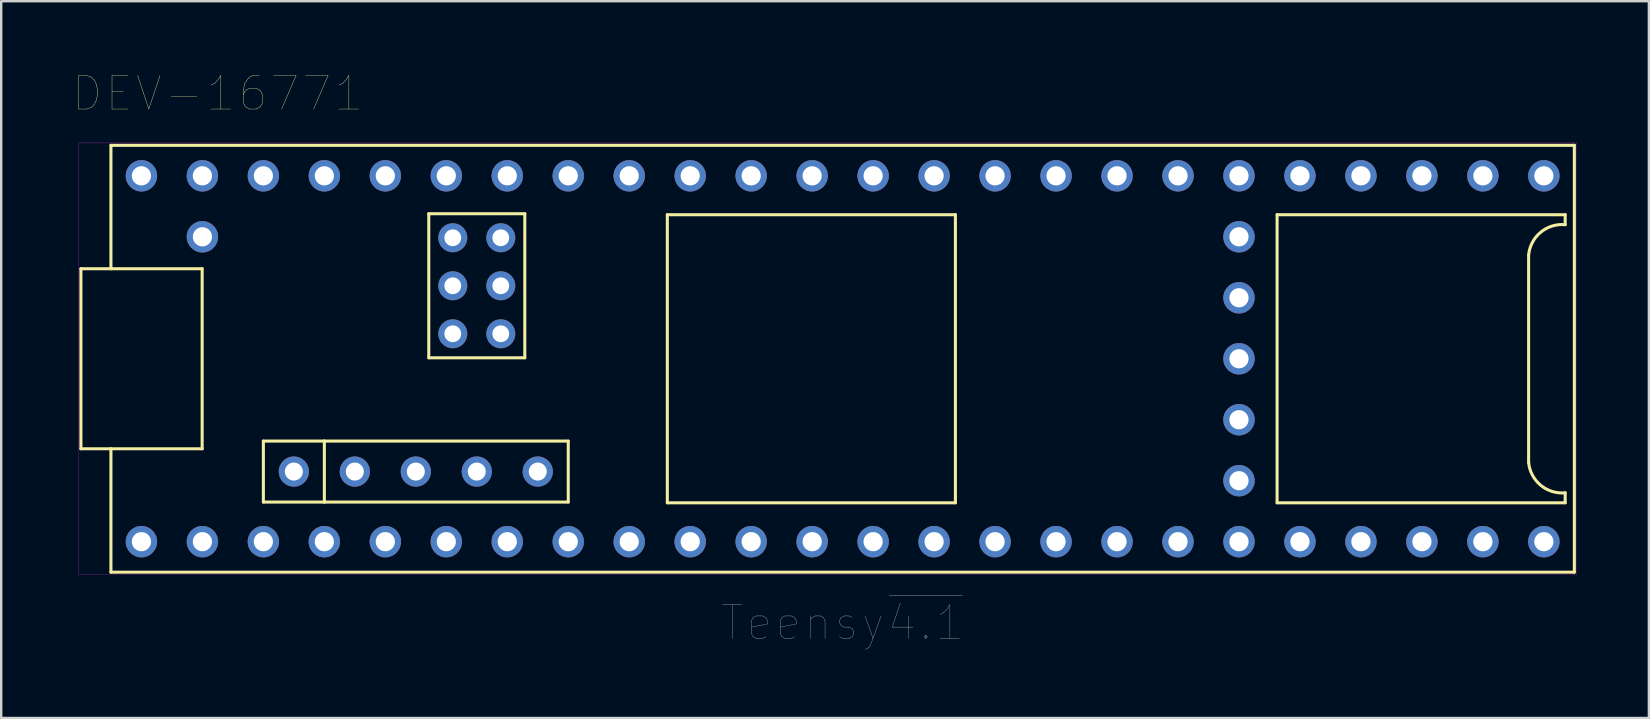
<source format=kicad_pcb>
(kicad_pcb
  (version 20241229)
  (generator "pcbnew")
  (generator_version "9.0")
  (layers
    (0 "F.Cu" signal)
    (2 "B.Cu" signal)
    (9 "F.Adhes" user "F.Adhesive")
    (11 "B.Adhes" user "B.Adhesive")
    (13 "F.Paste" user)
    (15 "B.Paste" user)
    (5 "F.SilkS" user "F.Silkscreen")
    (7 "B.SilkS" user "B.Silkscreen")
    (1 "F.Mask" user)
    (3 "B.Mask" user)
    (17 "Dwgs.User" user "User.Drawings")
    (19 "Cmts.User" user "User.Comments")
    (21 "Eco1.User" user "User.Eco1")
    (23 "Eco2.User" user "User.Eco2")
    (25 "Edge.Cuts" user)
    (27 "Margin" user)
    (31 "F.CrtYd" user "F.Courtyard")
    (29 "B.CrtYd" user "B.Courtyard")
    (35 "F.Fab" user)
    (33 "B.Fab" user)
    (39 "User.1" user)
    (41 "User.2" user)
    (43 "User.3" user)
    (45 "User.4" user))
  (footprint "DEV-16771"
    (layer "F.Cu")
    (at 32.051 11.894)
    (property "Reference" "DEV-16771" (at -26.035 -11.049 0) (layer "F.SilkS") (effects (font (size 1.4 1.4) (thickness 0.015))))
    (attr through_hole)
    (fp_line (start -31.73 3.75) (end -31.73 -3.75) (stroke (width 0.127) (type solid)) (layer "F.SilkS"))
    (fp_line (start -30.48 -8.89) (end -30.48 -3.75) (stroke (width 0.127) (type solid)) (layer "F.SilkS"))
    (fp_line (start -30.48 -8.89) (end 30.48 -8.89) (stroke (width 0.127) (type solid)) (layer "F.SilkS"))
    (fp_line (start -30.48 -3.75) (end -31.73 -3.75) (stroke (width 0.127) (type solid)) (layer "F.SilkS"))
    (fp_line (start -30.48 3.75) (end -31.73 3.75) (stroke (width 0.127) (type solid)) (layer "F.SilkS"))
    (fp_line (start -30.48 8.89) (end -30.48 3.75) (stroke (width 0.127) (type solid)) (layer "F.SilkS"))
    (fp_line (start -26.68 -3.75) (end -30.48 -3.75) (stroke (width 0.127) (type solid)) (layer "F.SilkS"))
    (fp_line (start -26.68 3.75) (end -30.48 3.75) (stroke (width 0.127) (type solid)) (layer "F.SilkS"))
    (fp_line (start -26.68 3.75) (end -26.68 -3.75) (stroke (width 0.127) (type solid)) (layer "F.SilkS"))
    (fp_line (start -24.13 3.43) (end -24.13 5.97) (stroke (width 0.127) (type solid)) (layer "F.SilkS"))
    (fp_line (start -24.13 3.43) (end -21.59 3.43) (stroke (width 0.127) (type solid)) (layer "F.SilkS"))
    (fp_line (start -24.13 5.97) (end -21.59 5.97) (stroke (width 0.127) (type solid)) (layer "F.SilkS"))
    (fp_line (start -21.59 3.43) (end -21.59 5.97) (stroke (width 0.127) (type solid)) (layer "F.SilkS"))
    (fp_line (start -21.59 3.43) (end -11.43 3.43) (stroke (width 0.127) (type solid)) (layer "F.SilkS"))
    (fp_line (start -21.59 5.97) (end -11.43 5.97) (stroke (width 0.127) (type solid)) (layer "F.SilkS"))
    (fp_line (start -17.24 -6.04) (end -17.24 -0.04) (stroke (width 0.127) (type solid)) (layer "F.SilkS"))
    (fp_line (start -17.24 -6.04) (end -13.24 -6.04) (stroke (width 0.127) (type solid)) (layer "F.SilkS"))
    (fp_line (start -17.24 -0.04) (end -13.24 -0.04) (stroke (width 0.127) (type solid)) (layer "F.SilkS"))
    (fp_line (start -13.24 -0.04) (end -13.24 -6.04) (stroke (width 0.127) (type solid)) (layer "F.SilkS"))
    (fp_line (start -11.43 5.97) (end -11.43 3.43) (stroke (width 0.127) (type solid)) (layer "F.SilkS"))
    (fp_line (start -7.303 -6) (end -7.303 6) (stroke (width 0.127) (type solid)) (layer "F.SilkS"))
    (fp_line (start -7.303 -6) (end 4.697 -6) (stroke (width 0.127) (type solid)) (layer "F.SilkS"))
    (fp_line (start -7.303 6) (end 4.697 6) (stroke (width 0.127) (type solid)) (layer "F.SilkS"))
    (fp_line (start 4.697 6) (end 4.697 -6) (stroke (width 0.127) (type solid)) (layer "F.SilkS"))
    (fp_line (start 18.098 -6) (end 18.098 6) (stroke (width 0.127) (type solid)) (layer "F.SilkS"))
    (fp_line (start 18.098 -6) (end 30.098 -6) (stroke (width 0.127) (type solid)) (layer "F.SilkS"))
    (fp_line (start 18.098 6) (end 30.098 6) (stroke (width 0.127) (type solid)) (layer "F.SilkS"))
    (fp_line (start 28.575 -4.315) (end 28.575 4.315) (stroke (width 0.127) (type solid)) (layer "F.SilkS"))
    (fp_line (start 30.098 -6) (end 30.098 -5.585) (stroke (width 0.127) (type solid)) (layer "F.SilkS"))
    (fp_line (start 30.098 6) (end 30.098 5.585) (stroke (width 0.127) (type solid)) (layer "F.SilkS"))
    (fp_line (start 30.48 -8.89) (end 30.48 8.89) (stroke (width 0.127) (type solid)) (layer "F.SilkS"))
    (fp_line (start 30.48 8.89) (end -30.48 8.89) (stroke (width 0.127) (type solid)) (layer "F.SilkS"))
    (fp_arc (start 28.575 -4.315) (mid 29.073224 -5.26532) (end 30.0975 -5.585) (stroke (width 0.127) (type solid)) (layer "F.SilkS"))
    (fp_arc (start 30.0975 5.585) (mid 29.073224 5.26532) (end 28.575 4.315) (stroke (width 0.127) (type solid)) (layer "F.SilkS"))
    (fp_poly (pts (xy -31.83 -8.99) (xy 30.58 -8.99) (xy 30.58 8.99) (xy -31.83 8.99)) (stroke (width 0.01) (type solid)) (fill no) (layer "F.CrtYd"))
    (fp_text user "Teensy~{4.1}" (at 0 11 0) (layer "F.Fab") (effects (font (size 1.4 1.4) (thickness 0.015))))
    (pad "3.3V" thru_hole circle (at 6.35 7.62) (size 1.308 1.308) (drill 0.8) (layers "*.Cu" "*.Mask"))
    (pad "3.3V@1" thru_hole circle (at -24.13 -7.62) (size 1.308 1.308) (drill 0.8) (layers "*.Cu" "*.Mask"))
    (pad "3.3V@2" thru_hole circle (at 16.51 2.54) (size 1.308 1.308) (drill 0.8) (layers "*.Cu" "*.Mask"))
    (pad "5V" thru_hole circle (at -22.86 4.7) (size 1.258 1.258) (drill 0.75) (layers "*.Cu" "*.Mask"))
    (pad "AGND" thru_hole circle (at -26.67 -7.62) (size 1.308 1.308) (drill 0.8) (layers "*.Cu" "*.Mask"))
    (pad "D" thru_hole circle (at -20.32 4.7) (size 1.258 1.258) (drill 0.75) (layers "*.Cu" "*.Mask"))
    (pad "D+" thru_hole circle (at -17.78 4.7) (size 1.258 1.258) (drill 0.75) (layers "*.Cu" "*.Mask"))
    (pad "D0" thru_hole circle (at -26.67 7.62) (size 1.308 1.308) (drill 0.8) (layers "*.Cu" "*.Mask"))
    (pad "D1" thru_hole circle (at -24.13 7.62) (size 1.308 1.308) (drill 0.8) (layers "*.Cu" "*.Mask"))
    (pad "D2" thru_hole circle (at -21.59 7.62) (size 1.308 1.308) (drill 0.8) (layers "*.Cu" "*.Mask"))
    (pad "D3" thru_hole circle (at -19.05 7.62) (size 1.308 1.308) (drill 0.8) (layers "*.Cu" "*.Mask"))
    (pad "D4" thru_hole circle (at -16.51 7.62) (size 1.308 1.308) (drill 0.8) (layers "*.Cu" "*.Mask"))
    (pad "D5" thru_hole circle (at -13.97 7.62) (size 1.308 1.308) (drill 0.8) (layers "*.Cu" "*.Mask"))
    (pad "D6" thru_hole circle (at -11.43 7.62) (size 1.308 1.308) (drill 0.8) (layers "*.Cu" "*.Mask"))
    (pad "D7" thru_hole circle (at -8.89 7.62) (size 1.308 1.308) (drill 0.8) (layers "*.Cu" "*.Mask"))
    (pad "D8" thru_hole circle (at -6.35 7.62) (size 1.308 1.308) (drill 0.8) (layers "*.Cu" "*.Mask"))
    (pad "D9" thru_hole circle (at -3.81 7.62) (size 1.308 1.308) (drill 0.8) (layers "*.Cu" "*.Mask"))
    (pad "D10" thru_hole circle (at -1.27 7.62) (size 1.308 1.308) (drill 0.8) (layers "*.Cu" "*.Mask"))
    (pad "D11" thru_hole circle (at 1.27 7.62) (size 1.308 1.308) (drill 0.8) (layers "*.Cu" "*.Mask"))
    (pad "D12" thru_hole circle (at 3.81 7.62) (size 1.308 1.308) (drill 0.8) (layers "*.Cu" "*.Mask"))
    (pad "D13/LED" thru_hole circle (at 3.81 -7.62) (size 1.308 1.308) (drill 0.8) (layers "*.Cu" "*.Mask"))
    (pad "D14/A0" thru_hole circle (at 1.27 -7.62) (size 1.308 1.308) (drill 0.8) (layers "*.Cu" "*.Mask"))
    (pad "D15/A1" thru_hole circle (at -1.27 -7.62) (size 1.308 1.308) (drill 0.8) (layers "*.Cu" "*.Mask"))
    (pad "D16/A2" thru_hole circle (at -3.81 -7.62) (size 1.308 1.308) (drill 0.8) (layers "*.Cu" "*.Mask"))
    (pad "D17/A3" thru_hole circle (at -6.35 -7.62) (size 1.308 1.308) (drill 0.8) (layers "*.Cu" "*.Mask"))
    (pad "D18/A4" thru_hole circle (at -8.89 -7.62) (size 1.308 1.308) (drill 0.8) (layers "*.Cu" "*.Mask"))
    (pad "D19/A5" thru_hole circle (at -11.43 -7.62) (size 1.308 1.308) (drill 0.8) (layers "*.Cu" "*.Mask"))
    (pad "D20/A6" thru_hole circle (at -13.97 -7.62) (size 1.308 1.308) (drill 0.8) (layers "*.Cu" "*.Mask"))
    (pad "D21/A7" thru_hole circle (at -16.51 -7.62) (size 1.308 1.308) (drill 0.8) (layers "*.Cu" "*.Mask"))
    (pad "D22/A8" thru_hole circle (at -19.05 -7.62) (size 1.308 1.308) (drill 0.8) (layers "*.Cu" "*.Mask"))
    (pad "D23/A9" thru_hole circle (at -21.59 -7.62) (size 1.308 1.308) (drill 0.8) (layers "*.Cu" "*.Mask"))
    (pad "D24/A10" thru_hole circle (at 8.89 7.62) (size 1.308 1.308) (drill 0.8) (layers "*.Cu" "*.Mask"))
    (pad "D25/A11" thru_hole circle (at 11.43 7.62) (size 1.308 1.308) (drill 0.8) (layers "*.Cu" "*.Mask"))
    (pad "D26/A12" thru_hole circle (at 13.97 7.62) (size 1.308 1.308) (drill 0.8) (layers "*.Cu" "*.Mask"))
    (pad "D27/A13" thru_hole circle (at 16.51 7.62) (size 1.308 1.308) (drill 0.8) (layers "*.Cu" "*.Mask"))
    (pad "D28" thru_hole circle (at 19.05 7.62) (size 1.308 1.308) (drill 0.8) (layers "*.Cu" "*.Mask"))
    (pad "D29" thru_hole circle (at 21.59 7.62) (size 1.308 1.308) (drill 0.8) (layers "*.Cu" "*.Mask"))
    (pad "D30" thru_hole circle (at 24.13 7.62) (size 1.308 1.308) (drill 0.8) (layers "*.Cu" "*.Mask"))
    (pad "D31" thru_hole circle (at 26.67 7.62) (size 1.308 1.308) (drill 0.8) (layers "*.Cu" "*.Mask"))
    (pad "D32" thru_hole circle (at 29.21 7.62) (size 1.308 1.308) (drill 0.8) (layers "*.Cu" "*.Mask"))
    (pad "D33" thru_hole circle (at 29.21 -7.62) (size 1.308 1.308) (drill 0.8) (layers "*.Cu" "*.Mask"))
    (pad "D34" thru_hole circle (at 26.67 -7.62) (size 1.308 1.308) (drill 0.8) (layers "*.Cu" "*.Mask"))
    (pad "D35" thru_hole circle (at 24.13 -7.62) (size 1.308 1.308) (drill 0.8) (layers "*.Cu" "*.Mask"))
    (pad "D36" thru_hole circle (at 21.59 -7.62) (size 1.308 1.308) (drill 0.8) (layers "*.Cu" "*.Mask"))
    (pad "D37" thru_hole circle (at 19.05 -7.62) (size 1.308 1.308) (drill 0.8) (layers "*.Cu" "*.Mask"))
    (pad "D38/A14" thru_hole circle (at 16.51 -7.62) (size 1.308 1.308) (drill 0.8) (layers "*.Cu" "*.Mask"))
    (pad "D39/A15" thru_hole circle (at 13.97 -7.62) (size 1.308 1.308) (drill 0.8) (layers "*.Cu" "*.Mask"))
    (pad "D40/A16" thru_hole circle (at 11.43 -7.62) (size 1.308 1.308) (drill 0.8) (layers "*.Cu" "*.Mask"))
    (pad "D41/A17" thru_hole circle (at 8.89 -7.62) (size 1.308 1.308) (drill 0.8) (layers "*.Cu" "*.Mask"))
    (pad "G" thru_hole circle (at -14.24 -3.04) (size 1.208 1.208) (drill 0.7) (layers "*.Cu" "*.Mask"))
    (pad "GND" thru_hole circle (at -29.21 7.62) (size 1.308 1.308) (drill 0.8) (layers "*.Cu" "*.Mask"))
    (pad "GND@1" thru_hole circle (at 6.35 -7.62) (size 1.308 1.308) (drill 0.8) (layers "*.Cu" "*.Mask"))
    (pad "GND@2" thru_hole circle (at 16.51 0) (size 1.308 1.308) (drill 0.8) (layers "*.Cu" "*.Mask"))
    (pad "LED" thru_hole circle (at -16.24 -3.04) (size 1.208 1.208) (drill 0.7) (layers "*.Cu" "*.Mask"))
    (pad "ON/OFF" thru_hole circle (at 16.51 -5.08) (size 1.308 1.308) (drill 0.8) (layers "*.Cu" "*.Mask"))
    (pad "PROGRAM" thru_hole circle (at 16.51 -2.54) (size 1.308 1.308) (drill 0.8) (layers "*.Cu" "*.Mask"))
    (pad "R" thru_hole circle (at -14.24 -5.04) (size 1.208 1.208) (drill 0.7) (layers "*.Cu" "*.Mask"))
    (pad "R+" thru_hole circle (at -16.24 -5.04) (size 1.208 1.208) (drill 0.7) (layers "*.Cu" "*.Mask"))
    (pad "T" thru_hole circle (at -16.24 -1.04) (size 1.208 1.208) (drill 0.7) (layers "*.Cu" "*.Mask"))
    (pad "T+" thru_hole circle (at -14.24 -1.04) (size 1.208 1.208) (drill 0.7) (layers "*.Cu" "*.Mask"))
    (pad "USB_GND" thru_hole circle (at -15.24 4.7) (size 1.258 1.258) (drill 0.75) (layers "*.Cu" "*.Mask"))
    (pad "USB_GND@2" thru_hole circle (at -12.7 4.7) (size 1.258 1.258) (drill 0.75) (layers "*.Cu" "*.Mask"))
    (pad "VBAT" thru_hole circle (at 16.51 5.08) (size 1.308 1.308) (drill 0.8) (layers "*.Cu" "*.Mask"))
    (pad "VIN" thru_hole circle (at -29.21 -7.62) (size 1.308 1.308) (drill 0.8) (layers "*.Cu" "*.Mask"))
    (pad "VUSB" thru_hole circle (at -26.67 -5.08) (size 1.308 1.308) (drill 0.8) (layers "*.Cu" "*.Mask")))
  (gr_rect
    (start -3 -3)
    (end 65.636 26.86)
    (stroke (width 0.1) (type default))
    (fill no)
    (layer "Edge.Cuts")))
</source>
